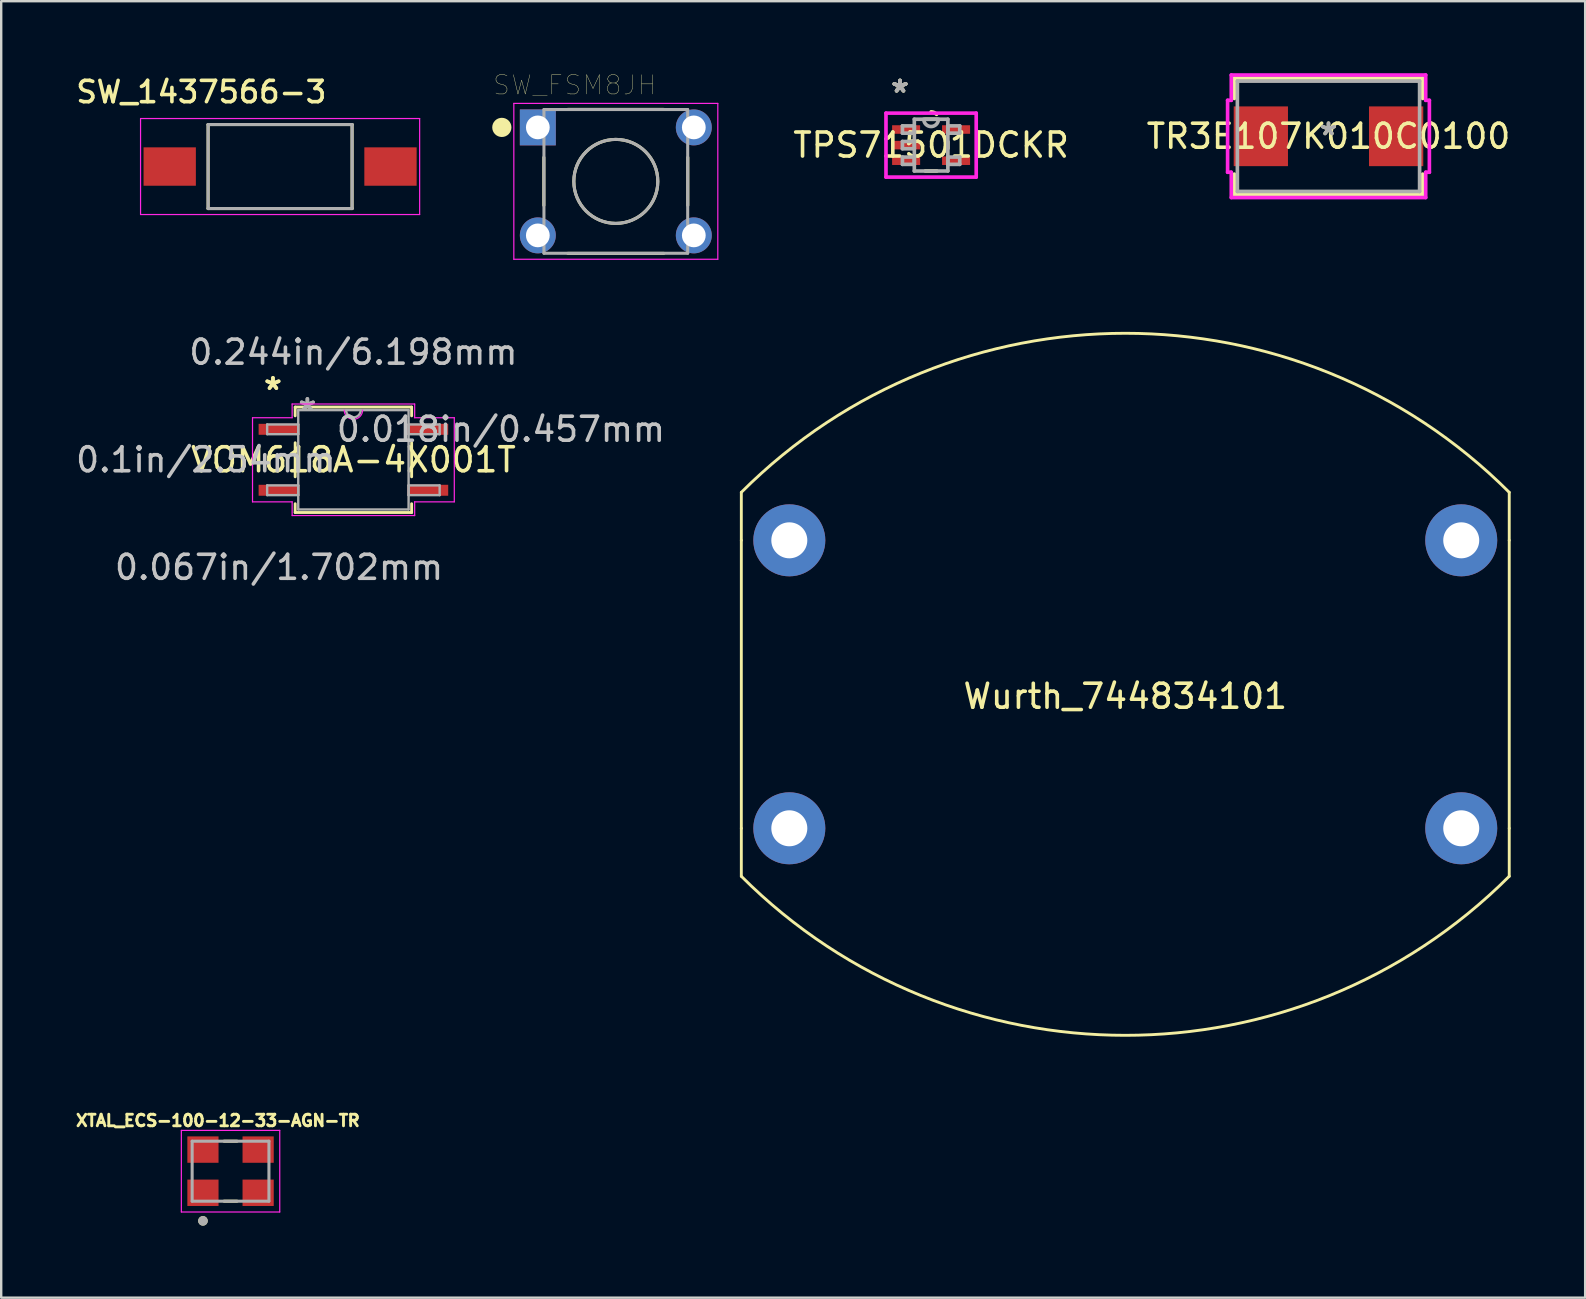
<source format=kicad_pcb>
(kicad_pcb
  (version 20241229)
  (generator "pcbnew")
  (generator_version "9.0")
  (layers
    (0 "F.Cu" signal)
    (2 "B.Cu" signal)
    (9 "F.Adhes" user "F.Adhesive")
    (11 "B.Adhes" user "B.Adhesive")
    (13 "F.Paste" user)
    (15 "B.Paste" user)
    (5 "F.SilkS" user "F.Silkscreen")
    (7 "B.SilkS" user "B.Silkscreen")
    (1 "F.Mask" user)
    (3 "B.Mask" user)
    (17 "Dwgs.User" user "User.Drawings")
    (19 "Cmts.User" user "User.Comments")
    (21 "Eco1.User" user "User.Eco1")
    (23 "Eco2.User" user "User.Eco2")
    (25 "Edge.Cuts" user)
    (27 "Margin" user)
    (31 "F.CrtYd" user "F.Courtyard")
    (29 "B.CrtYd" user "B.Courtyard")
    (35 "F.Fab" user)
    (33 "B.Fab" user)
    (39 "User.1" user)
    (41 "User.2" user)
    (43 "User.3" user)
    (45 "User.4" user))
  (footprint "SW_FSM8JH"
    (layer "F.Cu")
    (at 22.612 4.509)
    (property "Reference" "SW_FSM8JH" (at -1.713 -4.014 0) (layer "F.SilkS") (effects (font (size 0.801 0.801) (thickness 0.015))))
    (attr through_hole)
    (fp_line (start -3 -1) (end -3 1) (stroke (width 0.127) (type solid)) (layer "F.SilkS"))
    (fp_line (start -2 -3) (end 2 -3) (stroke (width 0.127) (type solid)) (layer "F.SilkS"))
    (fp_line (start -2 3) (end 2 3) (stroke (width 0.127) (type solid)) (layer "F.SilkS"))
    (fp_line (start 3 -1) (end 3 1) (stroke (width 0.127) (type solid)) (layer "F.SilkS"))
    (fp_circle (center -4.75 -2.25) (end -4.55 -2.25) (stroke (width 0.4) (type solid)) (fill no) (layer "F.SilkS"))
    (fp_circle (center 0 0) (end 1.75 0) (stroke (width 0.127) (type solid)) (fill no) (layer "F.SilkS"))
    (fp_line (start -4.25 -3.25) (end 4.25 -3.25) (stroke (width 0.05) (type solid)) (layer "F.CrtYd"))
    (fp_line (start -4.25 3.245) (end -4.25 -3.25) (stroke (width 0.05) (type solid)) (layer "F.CrtYd"))
    (fp_line (start 4.25 -3.25) (end 4.25 3.245) (stroke (width 0.05) (type solid)) (layer "F.CrtYd"))
    (fp_line (start 4.25 3.245) (end -4.25 3.245) (stroke (width 0.05) (type solid)) (layer "F.CrtYd"))
    (fp_line (start -2.995 -2.995) (end -2.995 2.995) (stroke (width 0.127) (type solid)) (layer "F.Fab"))
    (fp_line (start -2.995 2.995) (end 2.995 2.995) (stroke (width 0.127) (type solid)) (layer "F.Fab"))
    (fp_line (start 2.995 -2.995) (end -2.995 -2.995) (stroke (width 0.127) (type solid)) (layer "F.Fab"))
    (fp_line (start 2.995 2.995) (end 2.995 -2.995) (stroke (width 0.127) (type solid)) (layer "F.Fab"))
    (fp_circle (center -3.25 -2.25) (end -3.05 -2.25) (stroke (width 0.4) (type solid)) (fill no) (layer "F.Fab"))
    (fp_circle (center 0 0) (end 1.75 0) (stroke (width 0.127) (type solid)) (fill no) (layer "F.Fab"))
    (pad "1" thru_hole rect (at -3.25 -2.25) (size 1.498 1.498) (drill 0.99) (layers "*.Cu" "*.Mask"))
    (pad "2" thru_hole circle (at -3.25 2.25) (size 1.498 1.498) (drill 0.99) (layers "*.Cu" "*.Mask"))
    (pad "3" thru_hole circle (at 3.25 -2.25) (size 1.498 1.498) (drill 0.99) (layers "*.Cu" "*.Mask"))
    (pad "4" thru_hole circle (at 3.25 2.25) (size 1.498 1.498) (drill 0.99) (layers "*.Cu" "*.Mask")))
  (footprint "TR3E107K010C0100"
    (layer "F.Cu")
    (at 52.31 2.629)
    (property "Reference" "TR3E107K010C0100" (at 0 0 0) (layer "F.SilkS") (effects (font (size 1 1) (thickness 0.15))))
    (attr through_hole)
    (fp_line (start -3.924 -2.426) (end -3.924 -1.577) (stroke (width 0.152) (type solid)) (layer "F.SilkS"))
    (fp_line (start -3.924 1.577) (end -3.924 2.426) (stroke (width 0.152) (type solid)) (layer "F.SilkS"))
    (fp_line (start -3.924 2.426) (end 3.924 2.426) (stroke (width 0.152) (type solid)) (layer "F.SilkS"))
    (fp_line (start 3.924 -2.426) (end -3.924 -2.426) (stroke (width 0.152) (type solid)) (layer "F.SilkS"))
    (fp_line (start 3.924 -1.577) (end 3.924 -2.426) (stroke (width 0.152) (type solid)) (layer "F.SilkS"))
    (fp_line (start 3.924 2.426) (end 3.924 1.577) (stroke (width 0.152) (type solid)) (layer "F.SilkS"))
    (fp_line (start -4.204 -1.499) (end -4.051 -1.499) (stroke (width 0.152) (type solid)) (layer "F.CrtYd"))
    (fp_line (start -4.204 1.499) (end -4.204 -1.499) (stroke (width 0.152) (type solid)) (layer "F.CrtYd"))
    (fp_line (start -4.051 -2.553) (end 4.051 -2.553) (stroke (width 0.152) (type solid)) (layer "F.CrtYd"))
    (fp_line (start -4.051 -1.499) (end -4.051 -2.553) (stroke (width 0.152) (type solid)) (layer "F.CrtYd"))
    (fp_line (start -4.051 1.499) (end -4.204 1.499) (stroke (width 0.152) (type solid)) (layer "F.CrtYd"))
    (fp_line (start -4.051 2.553) (end -4.051 1.499) (stroke (width 0.152) (type solid)) (layer "F.CrtYd"))
    (fp_line (start 4.051 -2.553) (end 4.051 -1.499) (stroke (width 0.152) (type solid)) (layer "F.CrtYd"))
    (fp_line (start 4.051 -1.499) (end 4.204 -1.499) (stroke (width 0.152) (type solid)) (layer "F.CrtYd"))
    (fp_line (start 4.051 1.499) (end 4.051 2.553) (stroke (width 0.152) (type solid)) (layer "F.CrtYd"))
    (fp_line (start 4.051 2.553) (end -4.051 2.553) (stroke (width 0.152) (type solid)) (layer "F.CrtYd"))
    (fp_line (start 4.204 -1.499) (end 4.204 1.499) (stroke (width 0.152) (type solid)) (layer "F.CrtYd"))
    (fp_line (start 4.204 1.499) (end 4.051 1.499) (stroke (width 0.152) (type solid)) (layer "F.CrtYd"))
    (fp_line (start -3.797 -2.299) (end -3.797 2.299) (stroke (width 0.152) (type solid)) (layer "F.Fab"))
    (fp_line (start -3.797 2.299) (end 3.797 2.299) (stroke (width 0.152) (type solid)) (layer "F.Fab"))
    (fp_line (start 3.797 -2.299) (end -3.797 -2.299) (stroke (width 0.152) (type solid)) (layer "F.Fab"))
    (fp_line (start 3.797 2.299) (end 3.797 -2.299) (stroke (width 0.152) (type solid)) (layer "F.Fab"))
    (fp_text user "*" (at 0 0 0) (layer "F.SilkS") (effects (font (size 1 1) (thickness 0.15))))
    (fp_text user "Copyright 2016 Accelerated Designs. All rights reserved." (at 0 0 0) (layer "Cmts.User") (effects (font (size 0.127 0.127) (thickness 0.002))))
    (fp_text user "*" (at 0 0 0) (layer "F.Fab") (effects (font (size 1 1) (thickness 0.15))))
    (pad "1" smd rect (at -2.819 0 90) (size 2.489 2.261) (layers "F.Cu" "F.Mask" "F.Paste"))
    (pad "2" smd rect (at 2.819 0 90) (size 2.489 2.261) (layers "F.Cu" "F.Mask" "F.Paste")))
  (footprint "SW_1437566-3"
    (layer "F.Cu")
    (at 8.622 3.89)
    (property "Reference" "SW_1437566-3" (at -3.282 -3.107 0) (layer "F.SilkS") (effects (font (size 0.888 0.888) (thickness 0.15))))
    (attr through_hole)
    (fp_line (start -3 -1.75) (end -3 1.75) (stroke (width 0.127) (type solid)) (layer "F.SilkS"))
    (fp_line (start -3 1.75) (end 3 1.75) (stroke (width 0.127) (type solid)) (layer "F.SilkS"))
    (fp_line (start 3 -1.75) (end -3 -1.75) (stroke (width 0.127) (type solid)) (layer "F.SilkS"))
    (fp_line (start 3 1.75) (end 3 -1.75) (stroke (width 0.127) (type solid)) (layer "F.SilkS"))
    (fp_line (start -5.815 -2) (end -5.815 2) (stroke (width 0.05) (type solid)) (layer "F.CrtYd"))
    (fp_line (start -5.815 2) (end 5.815 2) (stroke (width 0.05) (type solid)) (layer "F.CrtYd"))
    (fp_line (start 5.815 -2) (end -5.815 -2) (stroke (width 0.05) (type solid)) (layer "F.CrtYd"))
    (fp_line (start 5.815 2) (end 5.815 -2) (stroke (width 0.05) (type solid)) (layer "F.CrtYd"))
    (fp_line (start -3 -1.75) (end -3 1.75) (stroke (width 0.127) (type solid)) (layer "F.Fab"))
    (fp_line (start -3 1.75) (end 3 1.75) (stroke (width 0.127) (type solid)) (layer "F.Fab"))
    (fp_line (start 3 -1.75) (end -3 -1.75) (stroke (width 0.127) (type solid)) (layer "F.Fab"))
    (fp_line (start 3 1.75) (end 3 -1.75) (stroke (width 0.127) (type solid)) (layer "F.Fab"))
    (pad "1" smd rect (at -4.6 0) (size 2.18 1.6) (layers "F.Cu" "F.Mask" "F.Paste"))
    (pad "2" smd rect (at 4.6 0) (size 2.18 1.6) (layers "F.Cu" "F.Mask" "F.Paste")))
  (footprint "XTAL_ECS-100-12-33-AGN-TR"
    (layer "F.Cu")
    (at 6.557 45.755)
    (property "Reference" "XTAL_ECS-100-12-33-AGN-TR" (at -0.527 -2.109 0) (layer "F.SilkS") (effects (font (size 0.481 0.481) (thickness 0.15))))
    (attr through_hole)
    (fp_line (start -0.27 1.25) (end 0.27 1.25) (stroke (width 0.127) (type solid)) (layer "F.SilkS"))
    (fp_line (start 0.27 -1.25) (end -0.27 -1.25) (stroke (width 0.127) (type solid)) (layer "F.SilkS"))
    (fp_circle (center -1.15 2.07) (end -1.05 2.07) (stroke (width 0.2) (type solid)) (fill no) (layer "F.SilkS"))
    (fp_line (start -2.05 -1.7) (end -2.05 1.7) (stroke (width 0.05) (type solid)) (layer "F.CrtYd"))
    (fp_line (start -2.05 1.7) (end 2.05 1.7) (stroke (width 0.05) (type solid)) (layer "F.CrtYd"))
    (fp_line (start 2.05 -1.7) (end -2.05 -1.7) (stroke (width 0.05) (type solid)) (layer "F.CrtYd"))
    (fp_line (start 2.05 1.7) (end 2.05 -1.7) (stroke (width 0.05) (type solid)) (layer "F.CrtYd"))
    (fp_line (start -1.6 -1.25) (end -1.6 1.25) (stroke (width 0.127) (type solid)) (layer "F.Fab"))
    (fp_line (start -1.6 1.25) (end 1.6 1.25) (stroke (width 0.127) (type solid)) (layer "F.Fab"))
    (fp_line (start 1.6 -1.25) (end -1.6 -1.25) (stroke (width 0.127) (type solid)) (layer "F.Fab"))
    (fp_line (start 1.6 1.25) (end 1.6 -1.25) (stroke (width 0.127) (type solid)) (layer "F.Fab"))
    (fp_circle (center -1.15 2.07) (end -1.05 2.07) (stroke (width 0.2) (type solid)) (fill no) (layer "F.Fab"))
    (pad "1" smd rect (at -1.15 0.9) (size 1.3 1.1) (layers "F.Cu" "F.Mask" "F.Paste"))
    (pad "2" smd rect (at 1.15 0.9) (size 1.3 1.1) (layers "F.Cu" "F.Mask" "F.Paste"))
    (pad "3" smd rect (at 1.15 -0.9) (size 1.3 1.1) (layers "F.Cu" "F.Mask" "F.Paste"))
    (pad "4" smd rect (at -1.15 -0.9) (size 1.3 1.1) (layers "F.Cu" "F.Mask" "F.Paste")))
  (footprint "TPS71501DCKR"
    (layer "F.Cu")
    (at 35.75 2.997)
    (property "Reference" "TPS71501DCKR" (at 0 0 0) (layer "F.SilkS") (effects (font (size 1 1) (thickness 0.15))))
    (attr through_hole)
    (fp_line (start -0.24 1.079) (end 0.24 1.079) (stroke (width 0.152) (type solid)) (layer "F.SilkS"))
    (fp_line (start 0.24 -1.079) (end -0.24 -1.079) (stroke (width 0.152) (type solid)) (layer "F.SilkS"))
    (fp_line (start 0.699 0.139) (end 0.699 -0.139) (stroke (width 0.152) (type solid)) (layer "F.SilkS"))
    (fp_arc (start 0 -1.3843) (mid 0.12446 -1.357732) (end 0.227222 -1.282658) (stroke (width 0.1524) (type solid)) (layer "F.SilkS"))
    (fp_line (start -1.88 -1.333) (end 1.88 -1.333) (stroke (width 0.152) (type solid)) (layer "F.CrtYd"))
    (fp_line (start -1.88 1.333) (end -1.88 -1.333) (stroke (width 0.152) (type solid)) (layer "F.CrtYd"))
    (fp_line (start 1.88 -1.333) (end 1.88 1.333) (stroke (width 0.152) (type solid)) (layer "F.CrtYd"))
    (fp_line (start 1.88 1.333) (end -1.88 1.333) (stroke (width 0.152) (type solid)) (layer "F.CrtYd"))
    (fp_line (start -1.194 -0.802) (end -1.194 -0.498) (stroke (width 0.152) (type solid)) (layer "F.Fab"))
    (fp_line (start -1.194 -0.498) (end -0.699 -0.498) (stroke (width 0.152) (type solid)) (layer "F.Fab"))
    (fp_line (start -1.194 -0.152) (end -1.194 0.152) (stroke (width 0.152) (type solid)) (layer "F.Fab"))
    (fp_line (start -1.194 0.152) (end -0.699 0.152) (stroke (width 0.152) (type solid)) (layer "F.Fab"))
    (fp_line (start -1.194 0.498) (end -1.194 0.802) (stroke (width 0.152) (type solid)) (layer "F.Fab"))
    (fp_line (start -1.194 0.802) (end -0.699 0.802) (stroke (width 0.152) (type solid)) (layer "F.Fab"))
    (fp_line (start -0.699 -1.079) (end -0.699 1.079) (stroke (width 0.152) (type solid)) (layer "F.Fab"))
    (fp_line (start -0.699 -0.802) (end -1.194 -0.802) (stroke (width 0.152) (type solid)) (layer "F.Fab"))
    (fp_line (start -0.699 -0.498) (end -0.699 -0.802) (stroke (width 0.152) (type solid)) (layer "F.Fab"))
    (fp_line (start -0.699 -0.152) (end -1.194 -0.152) (stroke (width 0.152) (type solid)) (layer "F.Fab"))
    (fp_line (start -0.699 0.152) (end -0.699 -0.152) (stroke (width 0.152) (type solid)) (layer "F.Fab"))
    (fp_line (start -0.699 0.498) (end -1.194 0.498) (stroke (width 0.152) (type solid)) (layer "F.Fab"))
    (fp_line (start -0.699 0.802) (end -0.699 0.498) (stroke (width 0.152) (type solid)) (layer "F.Fab"))
    (fp_line (start -0.699 1.079) (end 0.699 1.079) (stroke (width 0.152) (type solid)) (layer "F.Fab"))
    (fp_line (start 0.699 -1.079) (end -0.699 -1.079) (stroke (width 0.152) (type solid)) (layer "F.Fab"))
    (fp_line (start 0.699 -0.802) (end 0.699 -0.498) (stroke (width 0.152) (type solid)) (layer "F.Fab"))
    (fp_line (start 0.699 -0.498) (end 1.194 -0.498) (stroke (width 0.152) (type solid)) (layer "F.Fab"))
    (fp_line (start 0.699 0.498) (end 0.699 0.802) (stroke (width 0.152) (type solid)) (layer "F.Fab"))
    (fp_line (start 0.699 0.802) (end 1.194 0.802) (stroke (width 0.152) (type solid)) (layer "F.Fab"))
    (fp_line (start 0.699 1.079) (end 0.699 -1.079) (stroke (width 0.152) (type solid)) (layer "F.Fab"))
    (fp_line (start 1.194 -0.802) (end 0.699 -0.802) (stroke (width 0.152) (type solid)) (layer "F.Fab"))
    (fp_line (start 1.194 -0.498) (end 1.194 -0.802) (stroke (width 0.152) (type solid)) (layer "F.Fab"))
    (fp_line (start 1.194 0.498) (end 0.699 0.498) (stroke (width 0.152) (type solid)) (layer "F.Fab"))
    (fp_line (start 1.194 0.802) (end 1.194 0.498) (stroke (width 0.152) (type solid)) (layer "F.Fab"))
    (fp_arc (start 0.3048 -1.0795) (mid 0 -0.7747) (end -0.3048 -1.0795) (stroke (width 0.1524) (type solid)) (layer "F.Fab"))
    (fp_text user "*" (at -1.295 -2.149 0) (layer "F.SilkS") (effects (font (size 1 1) (thickness 0.15))))
    (fp_text user "*" (at -1.295 -2.149 0) (layer "F.SilkS") (effects (font (size 1 1) (thickness 0.15))))
    (fp_text user "Copyright 2016 Accelerated Designs. All rights reserved." (at 0 0 0) (layer "Cmts.User") (effects (font (size 0.127 0.127) (thickness 0.002))))
    (fp_text user "*" (at -1.295 -2.149 0) (layer "F.Fab") (effects (font (size 1 1) (thickness 0.15))))
    (fp_text user "*" (at -1.295 -2.149 0) (layer "F.Fab") (effects (font (size 1 1) (thickness 0.15))))
    (pad "1" smd rect (at -1.041 -0.65) (size 1.168 0.356) (layers "F.Cu" "F.Mask" "F.Paste"))
    (pad "2" smd rect (at -1.041 0) (size 1.168 0.356) (layers "F.Cu" "F.Mask" "F.Paste"))
    (pad "3" smd rect (at -1.041 0.65) (size 1.168 0.356) (layers "F.Cu" "F.Mask" "F.Paste"))
    (pad "4" smd rect (at 1.041 0.65) (size 1.168 0.356) (layers "F.Cu" "F.Mask" "F.Paste"))
    (pad "5" smd rect (at 1.041 -0.65) (size 1.168 0.356) (layers "F.Cu" "F.Mask" "F.Paste")))
  (footprint "VOM618A-4X001T"
    (layer "F.Cu")
    (at 11.677 16.11)
    (property "Reference" "VOM618A-4X001T" (at 0 0 0) (layer "F.SilkS") (effects (font (size 1 1) (thickness 0.15))))
    (attr through_hole)
    (fp_line (start -2.426 -2.197) (end -2.426 -1.831) (stroke (width 0.12) (type solid)) (layer "F.SilkS"))
    (fp_line (start -2.426 -0.709) (end -2.426 0.709) (stroke (width 0.12) (type solid)) (layer "F.SilkS"))
    (fp_line (start -2.426 1.831) (end -2.426 2.197) (stroke (width 0.12) (type solid)) (layer "F.SilkS"))
    (fp_line (start -2.426 2.197) (end 2.426 2.197) (stroke (width 0.12) (type solid)) (layer "F.SilkS"))
    (fp_line (start 2.426 -2.197) (end -2.426 -2.197) (stroke (width 0.12) (type solid)) (layer "F.SilkS"))
    (fp_line (start 2.426 -1.831) (end 2.426 -2.197) (stroke (width 0.12) (type solid)) (layer "F.SilkS"))
    (fp_line (start 2.426 0.709) (end 2.426 -0.709) (stroke (width 0.12) (type solid)) (layer "F.SilkS"))
    (fp_line (start 2.426 2.197) (end 2.426 1.831) (stroke (width 0.12) (type solid)) (layer "F.SilkS"))
    (fp_line (start -4.204 -1.753) (end -2.553 -1.753) (stroke (width 0.05) (type solid)) (layer "F.CrtYd"))
    (fp_line (start -4.204 1.753) (end -4.204 -1.753) (stroke (width 0.05) (type solid)) (layer "F.CrtYd"))
    (fp_line (start -2.553 -2.324) (end 2.553 -2.324) (stroke (width 0.05) (type solid)) (layer "F.CrtYd"))
    (fp_line (start -2.553 -1.753) (end -2.553 -2.324) (stroke (width 0.05) (type solid)) (layer "F.CrtYd"))
    (fp_line (start -2.553 1.753) (end -4.204 1.753) (stroke (width 0.05) (type solid)) (layer "F.CrtYd"))
    (fp_line (start -2.553 2.324) (end -2.553 1.753) (stroke (width 0.05) (type solid)) (layer "F.CrtYd"))
    (fp_line (start 2.553 -2.324) (end 2.553 -1.753) (stroke (width 0.05) (type solid)) (layer "F.CrtYd"))
    (fp_line (start 2.553 -1.753) (end 4.204 -1.753) (stroke (width 0.05) (type solid)) (layer "F.CrtYd"))
    (fp_line (start 2.553 1.753) (end 2.553 2.324) (stroke (width 0.05) (type solid)) (layer "F.CrtYd"))
    (fp_line (start 2.553 2.324) (end -2.553 2.324) (stroke (width 0.05) (type solid)) (layer "F.CrtYd"))
    (fp_line (start 4.204 -1.753) (end 4.204 1.753) (stroke (width 0.05) (type solid)) (layer "F.CrtYd"))
    (fp_line (start 4.204 1.753) (end 2.553 1.753) (stroke (width 0.05) (type solid)) (layer "F.CrtYd"))
    (fp_arc (start 0.383117 -2.0701) (mid 0 -1.686983) (end -0.383117 -2.0701) (stroke (width 0.05) (type solid)) (layer "F.CrtYd"))
    (fp_line (start -3.594 -1.473) (end -3.594 -1.067) (stroke (width 0.1) (type solid)) (layer "F.Fab"))
    (fp_line (start -3.594 -1.067) (end -2.299 -1.067) (stroke (width 0.1) (type solid)) (layer "F.Fab"))
    (fp_line (start -3.594 1.067) (end -3.594 1.473) (stroke (width 0.1) (type solid)) (layer "F.Fab"))
    (fp_line (start -3.594 1.473) (end -2.299 1.473) (stroke (width 0.1) (type solid)) (layer "F.Fab"))
    (fp_line (start -2.299 -2.07) (end -2.299 2.07) (stroke (width 0.1) (type solid)) (layer "F.Fab"))
    (fp_line (start -2.299 -1.473) (end -3.594 -1.473) (stroke (width 0.1) (type solid)) (layer "F.Fab"))
    (fp_line (start -2.299 -1.067) (end -2.299 -1.473) (stroke (width 0.1) (type solid)) (layer "F.Fab"))
    (fp_line (start -2.299 1.067) (end -3.594 1.067) (stroke (width 0.1) (type solid)) (layer "F.Fab"))
    (fp_line (start -2.299 1.473) (end -2.299 1.067) (stroke (width 0.1) (type solid)) (layer "F.Fab"))
    (fp_line (start -2.299 2.07) (end 2.299 2.07) (stroke (width 0.1) (type solid)) (layer "F.Fab"))
    (fp_line (start 2.299 -2.07) (end -2.299 -2.07) (stroke (width 0.1) (type solid)) (layer "F.Fab"))
    (fp_line (start 2.299 -1.473) (end 2.299 -1.067) (stroke (width 0.1) (type solid)) (layer "F.Fab"))
    (fp_line (start 2.299 -1.067) (end 3.594 -1.067) (stroke (width 0.1) (type solid)) (layer "F.Fab"))
    (fp_line (start 2.299 1.067) (end 2.299 1.473) (stroke (width 0.1) (type solid)) (layer "F.Fab"))
    (fp_line (start 2.299 1.473) (end 3.594 1.473) (stroke (width 0.1) (type solid)) (layer "F.Fab"))
    (fp_line (start 2.299 2.07) (end 2.299 -2.07) (stroke (width 0.1) (type solid)) (layer "F.Fab"))
    (fp_line (start 3.594 -1.473) (end 2.299 -1.473) (stroke (width 0.1) (type solid)) (layer "F.Fab"))
    (fp_line (start 3.594 -1.067) (end 3.594 -1.473) (stroke (width 0.1) (type solid)) (layer "F.Fab"))
    (fp_line (start 3.594 1.067) (end 2.299 1.067) (stroke (width 0.1) (type solid)) (layer "F.Fab"))
    (fp_line (start 3.594 1.473) (end 3.594 1.067) (stroke (width 0.1) (type solid)) (layer "F.Fab"))
    (fp_arc (start 0.3048 -2.0701) (mid 0 -1.7653) (end -0.3048 -2.0701) (stroke (width 0.1) (type solid)) (layer "F.Fab"))
    (fp_text user "*" (at -3.353 -2.87 0) (layer "F.SilkS") (effects (font (size 1 1) (thickness 0.15))))
    (fp_text user "*" (at -3.353 -2.87 0) (layer "F.SilkS") (effects (font (size 1 1) (thickness 0.15))))
    (fp_text user "0.244in/6.198mm" (at 0 -4.483 0) (layer "Dwgs.User") (effects (font (size 1 1) (thickness 0.15))))
    (fp_text user "0.018in/0.457mm" (at 6.147 -1.27 0) (layer "Dwgs.User") (effects (font (size 1 1) (thickness 0.15))))
    (fp_text user "0.067in/1.702mm" (at -3.099 4.483 0) (layer "Dwgs.User") (effects (font (size 1 1) (thickness 0.15))))
    (fp_text user "0.1in/2.54mm" (at -6.147 0 0) (layer "Dwgs.User") (effects (font (size 1 1) (thickness 0.15))))
    (fp_text user "Copyright 2021 Accelerated Designs. All rights reserved." (at 0 0 0) (layer "Cmts.User") (effects (font (size 0.127 0.127) (thickness 0.002))))
    (fp_text user "*" (at -1.918 -1.994 0) (layer "F.Fab") (effects (font (size 1 1) (thickness 0.15))))
    (fp_text user "*" (at -1.918 -1.994 0) (layer "F.Fab") (effects (font (size 1 1) (thickness 0.15))))
    (pad "1" smd rect (at -3.099 -1.27) (size 1.702 0.457) (layers "F.Cu" "F.Mask" "F.Paste"))
    (pad "2" smd rect (at -3.099 1.27) (size 1.702 0.457) (layers "F.Cu" "F.Mask" "F.Paste"))
    (pad "3" smd rect (at 3.099 1.27) (size 1.702 0.457) (layers "F.Cu" "F.Mask" "F.Paste"))
    (pad "4" smd rect (at 3.099 -1.27) (size 1.702 0.457) (layers "F.Cu" "F.Mask" "F.Paste")))
  (footprint "Wurth_744834101"
    (layer "F.Cu")
    (at 43.842 25.466)
    (property "Reference" "Wurth_744834101" (at 0 0.5 0) (layer "F.SilkS") (effects (font (size 1 1) (thickness 0.15))))
    (attr through_hole)
    (fp_line (start -16 -6) (end -16 -8) (stroke (width 0.12) (type solid)) (layer "F.SilkS"))
    (fp_line (start -16 6) (end -16 -6) (stroke (width 0.12) (type solid)) (layer "F.SilkS"))
    (fp_line (start -16 6) (end -16 8) (stroke (width 0.12) (type solid)) (layer "F.SilkS"))
    (fp_line (start 16 -8) (end 16 -6) (stroke (width 0.12) (type solid)) (layer "F.SilkS"))
    (fp_line (start 16 -6) (end 16 6) (stroke (width 0.12) (type solid)) (layer "F.SilkS"))
    (fp_line (start 16 6) (end 16 8) (stroke (width 0.12) (type solid)) (layer "F.SilkS"))
    (fp_arc (start -15.999999 -7.999999) (mid 0 -14.627416) (end 15.999999 -7.999999) (stroke (width 0.12) (type solid)) (layer "F.SilkS"))
    (fp_arc (start 15.999999 7.999999) (mid 0 14.627416) (end -15.999999 7.999999) (stroke (width 0.12) (type solid)) (layer "F.SilkS"))
    (pad "1" thru_hole circle (at -14 -6) (size 3 3) (drill 1.5) (layers "*.Cu" "*.Mask"))
    (pad "2" thru_hole circle (at 14 -6) (size 3 3) (drill 1.5) (layers "*.Cu" "*.Mask"))
    (pad "3" thru_hole circle (at 14 6) (size 3 3) (drill 1.5) (layers "*.Cu" "*.Mask"))
    (pad "4" thru_hole circle (at -14 6) (size 3 3) (drill 1.5) (layers "*.Cu" "*.Mask")))
  (gr_rect
    (start -3 -3)
    (end 63.006 51.025)
    (stroke (width 0.1) (type default))
    (fill no)
    (layer "Edge.Cuts")))
</source>
